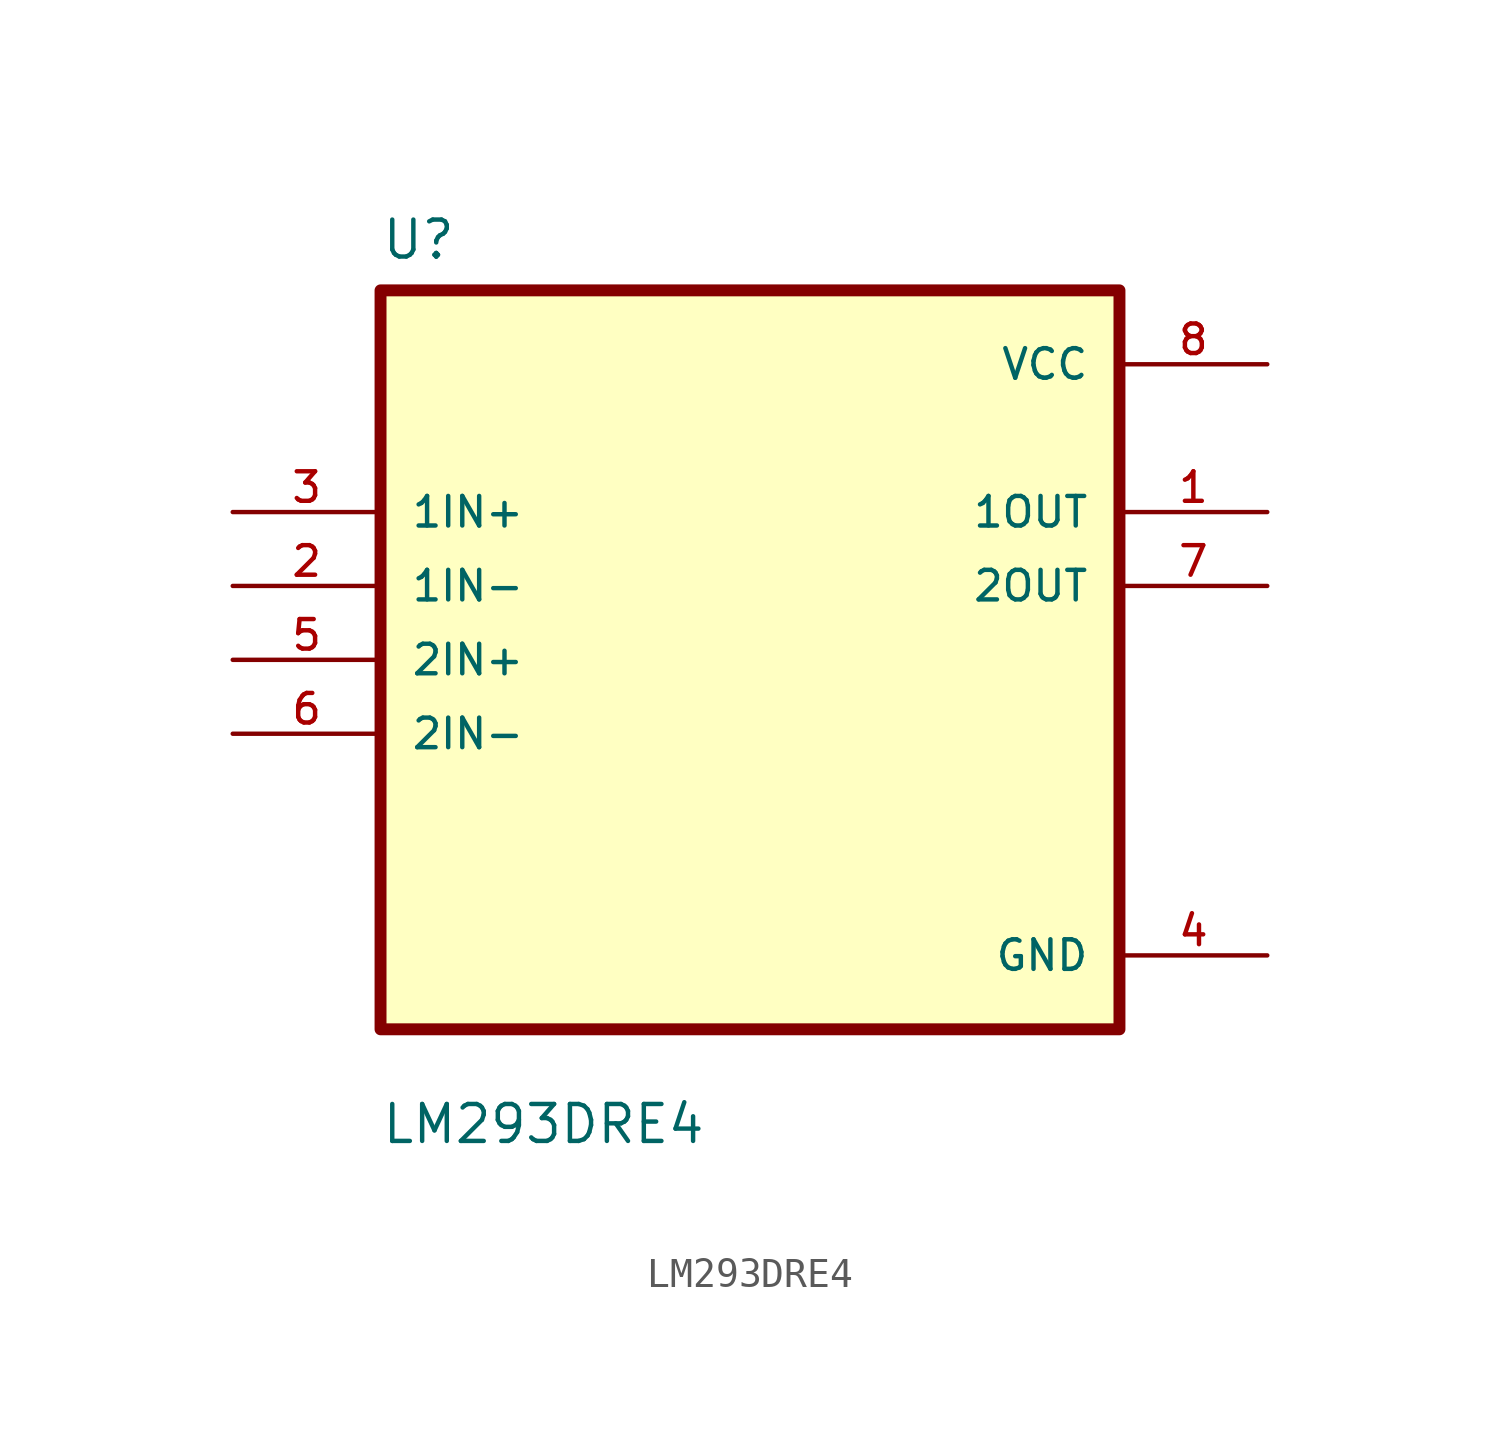
<source format=kicad_sym>
(kicad_symbol_lib
  (version 20211014)
  (generator kicad_symbol_editor)
  (symbol "LM293DRE4"
    (pin_names
      (offset 1.016))
    (property "Reference" "U"
      (at -12.7 13.7 0.0)
      (effects (font (size 1.27 1.27)) (justify bottom left)))
    (property "Value" "LM293DRE4"
      (at -12.7 -16.7 0.0)
      (effects (font (size 1.27 1.27)) (justify bottom left)))
    (symbol "LM293DRE4_0_0"
      (rectangle (start -12.7 -12.7) (end 12.7 12.7) (stroke (width 0.41)) (fill (type background)))
      (pin input line (at -17.78 5.08 0) (length 5.08) (name "1IN+" (effects (font (size 1.016 1.016)))) (number "3" (effects (font (size 1.016 1.016)))))
      (pin input line (at -17.78 2.54 0) (length 5.08) (name "1IN-" (effects (font (size 1.016 1.016)))) (number "2" (effects (font (size 1.016 1.016)))))
      (pin input line (at -17.78 -8.88178e-16 0) (length 5.08) (name "2IN+" (effects (font (size 1.016 1.016)))) (number "5" (effects (font (size 1.016 1.016)))))
      (pin input line (at -17.78 -2.54 0) (length 5.08) (name "2IN-" (effects (font (size 1.016 1.016)))) (number "6" (effects (font (size 1.016 1.016)))))
      (pin power_in line (at 17.78 10.16 180.0) (length 5.08) (name "VCC" (effects (font (size 1.016 1.016)))) (number "8" (effects (font (size 1.016 1.016)))))
      (pin output line (at 17.78 5.08 180.0) (length 5.08) (name "1OUT" (effects (font (size 1.016 1.016)))) (number "1" (effects (font (size 1.016 1.016)))))
      (pin output line (at 17.78 2.54 180.0) (length 5.08) (name "2OUT" (effects (font (size 1.016 1.016)))) (number "7" (effects (font (size 1.016 1.016)))))
      (pin power_in line (at 17.78 -10.16 180.0) (length 5.08) (name "GND" (effects (font (size 1.016 1.016)))) (number "4" (effects (font (size 1.016 1.016))))))))
</source>
